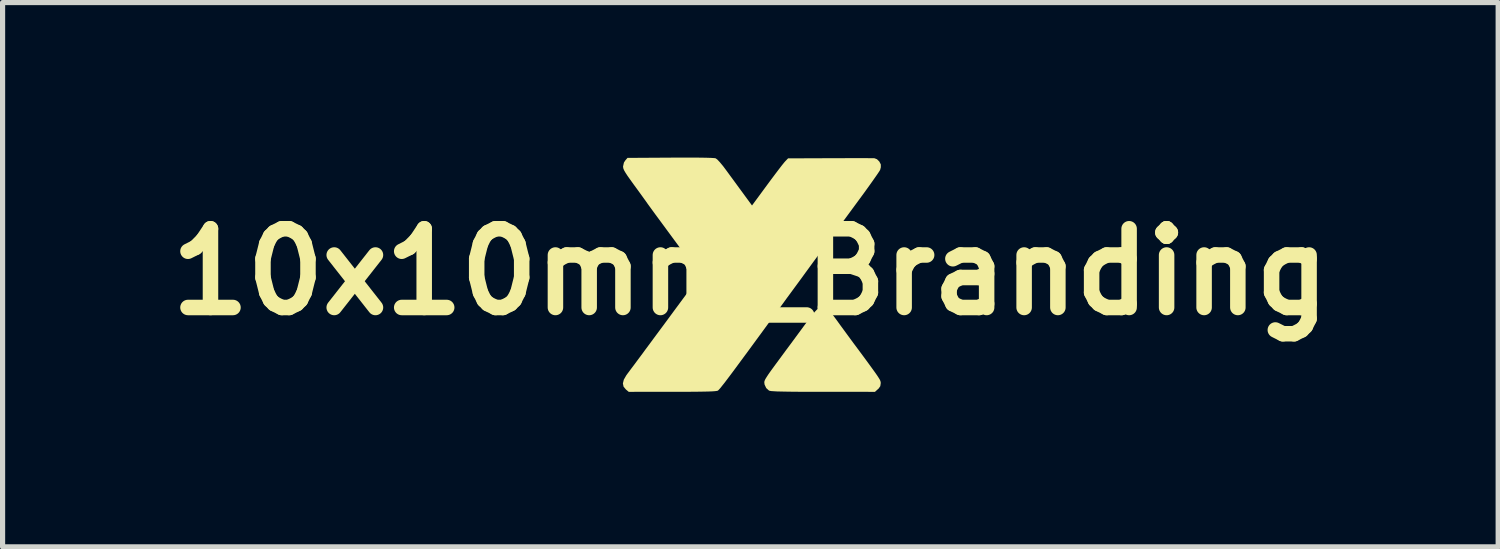
<source format=kicad_pcb>
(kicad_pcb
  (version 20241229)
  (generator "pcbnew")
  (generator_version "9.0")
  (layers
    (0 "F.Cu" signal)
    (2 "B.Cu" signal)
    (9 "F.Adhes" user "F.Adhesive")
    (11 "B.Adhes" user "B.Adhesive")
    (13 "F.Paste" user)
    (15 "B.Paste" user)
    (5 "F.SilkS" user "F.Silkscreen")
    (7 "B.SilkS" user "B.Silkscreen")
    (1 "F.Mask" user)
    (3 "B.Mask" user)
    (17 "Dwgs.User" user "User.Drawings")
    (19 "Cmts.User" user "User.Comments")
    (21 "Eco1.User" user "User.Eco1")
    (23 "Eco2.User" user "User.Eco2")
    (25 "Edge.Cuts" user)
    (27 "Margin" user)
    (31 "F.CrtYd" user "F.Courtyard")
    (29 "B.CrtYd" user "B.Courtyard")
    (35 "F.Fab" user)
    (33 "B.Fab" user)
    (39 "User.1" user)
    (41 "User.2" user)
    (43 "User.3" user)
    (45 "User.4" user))
  (footprint "10x10mm_Branding"
    (layer "F.Cu")
    (at 11.474 2.212)
    (property "Reference" "10x10mm_Branding" (at 0 0 0) (layer "F.SilkS") (effects (font (size 1.524 1.524) (thickness 0.3))))
    (attr board_only exclude_from_pos_files exclude_from_bom)
    (fp_poly (pts (xy 1.436 0.687) (xy 1.48 0.712) (xy 1.531 0.759) (xy 1.592 0.83) (xy 1.666 0.929) (xy 1.676 0.943) (xy 1.73 1.018) (xy 1.799 1.112) (xy 1.875 1.216) (xy 1.952 1.321) (xy 1.994 1.378) (xy 2.114 1.539) (xy 2.214 1.674) (xy 2.296 1.786) (xy 2.362 1.877) (xy 2.414 1.949) (xy 2.453 2.005) (xy 2.481 2.048) (xy 2.501 2.08) (xy 2.513 2.105) (xy 2.519 2.124) (xy 2.522 2.139) (xy 2.522 2.155) (xy 2.522 2.158) (xy 2.514 2.212) (xy 2.483 2.257) (xy 2.466 2.272) (xy 2.411 2.322) (xy 1.406 2.321) (xy 1.182 2.321) (xy 0.991 2.321) (xy 0.83 2.32) (xy 0.698 2.318) (xy 0.592 2.316) (xy 0.509 2.314) (xy 0.446 2.31) (xy 0.402 2.307) (xy 0.374 2.302) (xy 0.359 2.297) (xy 0.306 2.249) (xy 0.274 2.181) (xy 0.269 2.142) (xy 0.27 2.124) (xy 0.277 2.102) (xy 0.29 2.074) (xy 0.314 2.035) (xy 0.348 1.983) (xy 0.396 1.915) (xy 0.46 1.827) (xy 0.542 1.716) (xy 0.609 1.625) (xy 0.689 1.516) (xy 0.783 1.39) (xy 0.881 1.257) (xy 0.974 1.131) (xy 1.034 1.049) (xy 1.119 0.934) (xy 1.187 0.845) (xy 1.241 0.779) (xy 1.284 0.733) (xy 1.319 0.703) (xy 1.35 0.686) (xy 1.379 0.679) (xy 1.394 0.679)) (stroke (width 0) (type solid)) (fill yes) (layer "F.SilkS"))
    (fp_poly (pts (xy -1.144 -2.212) (xy -0.985 -2.211) (xy -0.857 -2.209) (xy -0.762 -2.206) (xy -0.699 -2.202) (xy -0.673 -2.198) (xy -0.64 -2.174) (xy -0.592 -2.123) (xy -0.528 -2.046) (xy -0.46 -1.955) (xy -0.384 -1.851) (xy -0.298 -1.734) (xy -0.212 -1.616) (xy -0.136 -1.513) (xy -0.132 -1.507) (xy 0.031 -1.285) (xy 0.324 -1.683) (xy 0.403 -1.79) (xy 0.479 -1.891) (xy 0.547 -1.981) (xy 0.604 -2.055) (xy 0.647 -2.109) (xy 0.673 -2.139) (xy 0.729 -2.197) (xy 1.548 -2.2) (xy 1.716 -2.2) (xy 1.875 -2.201) (xy 2.02 -2.201) (xy 2.146 -2.201) (xy 2.252 -2.201) (xy 2.332 -2.2) (xy 2.384 -2.2) (xy 2.402 -2.199) (xy 2.45 -2.18) (xy 2.494 -2.137) (xy 2.522 -2.084) (xy 2.524 -2.075) (xy 2.524 -2.024) (xy 2.511 -1.974) (xy 2.495 -1.947) (xy 2.461 -1.896) (xy 2.41 -1.823) (xy 2.346 -1.732) (xy 2.271 -1.627) (xy 2.188 -1.512) (xy 2.107 -1.402) (xy 1.926 -1.156) (xy 1.764 -0.936) (xy 1.622 -0.743) (xy 1.497 -0.573) (xy 1.39 -0.426) (xy 1.297 -0.3) (xy 1.219 -0.194) (xy 1.154 -0.105) (xy 1.136 -0.08) (xy 1.075 0.003) (xy 1.002 0.104) (xy 0.925 0.209) (xy 0.852 0.308) (xy 0.842 0.322) (xy 0.783 0.402) (xy 0.708 0.504) (xy 0.624 0.62) (xy 0.535 0.741) (xy 0.448 0.861) (xy 0.411 0.911) (xy 0.235 1.152) (xy 0.079 1.365) (xy -0.058 1.552) (xy -0.178 1.714) (xy -0.281 1.854) (xy -0.368 1.971) (xy -0.441 2.068) (xy -0.5 2.146) (xy -0.548 2.206) (xy -0.583 2.25) (xy -0.609 2.279) (xy -0.625 2.295) (xy -0.63 2.299) (xy -0.649 2.304) (xy -0.686 2.309) (xy -0.743 2.313) (xy -0.823 2.316) (xy -0.928 2.318) (xy -1.061 2.32) (xy -1.224 2.321) (xy -1.418 2.321) (xy -1.512 2.321) (xy -2.355 2.322) (xy -2.41 2.276) (xy -2.455 2.222) (xy -2.468 2.159) (xy -2.45 2.085) (xy -2.4 1.999) (xy -2.375 1.965) (xy -2.35 1.932) (xy -2.308 1.875) (xy -2.252 1.801) (xy -2.187 1.713) (xy -2.117 1.619) (xy -2.095 1.59) (xy -2.031 1.502) (xy -1.949 1.392) (xy -1.854 1.263) (xy -1.75 1.123) (xy -1.642 0.977) (xy -1.533 0.829) (xy -1.432 0.692) (xy -1.338 0.565) (xy -1.25 0.446) (xy -1.171 0.338) (xy -1.104 0.245) (xy -1.05 0.17) (xy -1.012 0.116) (xy -0.992 0.086) (xy -0.989 0.081) (xy -0.996 0.056) (xy -1.021 0.008) (xy -1.064 -0.058) (xy -1.114 -0.129) (xy -1.159 -0.19) (xy -1.222 -0.274) (xy -1.297 -0.377) (xy -1.382 -0.492) (xy -1.473 -0.615) (xy -1.565 -0.74) (xy -1.599 -0.786) (xy -1.685 -0.903) (xy -1.766 -1.013) (xy -1.84 -1.113) (xy -1.902 -1.198) (xy -1.95 -1.264) (xy -1.982 -1.308) (xy -1.992 -1.322) (xy -2.015 -1.355) (xy -2.056 -1.412) (xy -2.11 -1.487) (xy -2.173 -1.574) (xy -2.241 -1.667) (xy -2.25 -1.679) (xy -2.324 -1.782) (xy -2.38 -1.861) (xy -2.419 -1.921) (xy -2.445 -1.966) (xy -2.459 -2) (xy -2.464 -2.028) (xy -2.465 -2.04) (xy -2.448 -2.116) (xy -2.422 -2.156) (xy -2.379 -2.206) (xy -1.55 -2.211) (xy -1.333 -2.212)) (stroke (width 0) (type solid)) (fill yes) (layer "F.SilkS")))
  (gr_rect
    (start -3 -3)
    (end 25.947 7.534)
    (stroke (width 0.1) (type default))
    (fill no)
    (layer "Edge.Cuts")))
</source>
